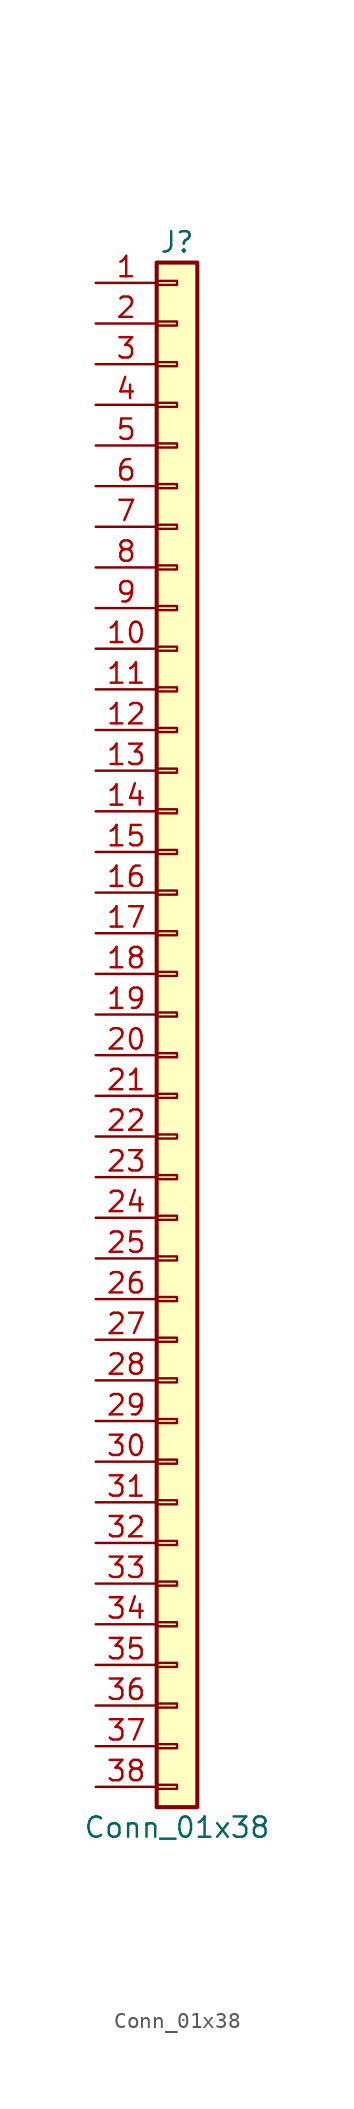
<source format=kicad_sym>
(kicad_symbol_lib
  (version 20220914)
  (generator kicad_symbol_editor)
  (symbol "Conn_01x38"
    (pin_names
      (offset 1.016) hide)
    (property "Reference" "J"
      (at 0 48.26 0)
      (effects (font (size 1.27 1.27))))
    (property "Value" "Conn_01x38"
      (at 0 -50.8 0)
      (effects (font (size 1.27 1.27))))
    (symbol "Conn_01x38_1_1"
      (rectangle (start -1.27 -48.133) (end 0 -48.387) (stroke (width 0.152) (type default)) (fill (type none)))
      (rectangle (start -1.27 -45.593) (end 0 -45.847) (stroke (width 0.152) (type default)) (fill (type none)))
      (rectangle (start -1.27 -43.053) (end 0 -43.307) (stroke (width 0.152) (type default)) (fill (type none)))
      (rectangle (start -1.27 -40.513) (end 0 -40.767) (stroke (width 0.152) (type default)) (fill (type none)))
      (rectangle (start -1.27 -37.973) (end 0 -38.227) (stroke (width 0.152) (type default)) (fill (type none)))
      (rectangle (start -1.27 -35.433) (end 0 -35.687) (stroke (width 0.152) (type default)) (fill (type none)))
      (rectangle (start -1.27 -32.893) (end 0 -33.147) (stroke (width 0.152) (type default)) (fill (type none)))
      (rectangle (start -1.27 -30.353) (end 0 -30.607) (stroke (width 0.152) (type default)) (fill (type none)))
      (rectangle (start -1.27 -27.813) (end 0 -28.067) (stroke (width 0.152) (type default)) (fill (type none)))
      (rectangle (start -1.27 -25.273) (end 0 -25.527) (stroke (width 0.152) (type default)) (fill (type none)))
      (rectangle (start -1.27 -22.733) (end 0 -22.987) (stroke (width 0.152) (type default)) (fill (type none)))
      (rectangle (start -1.27 -20.193) (end 0 -20.447) (stroke (width 0.152) (type default)) (fill (type none)))
      (rectangle (start -1.27 -17.653) (end 0 -17.907) (stroke (width 0.152) (type default)) (fill (type none)))
      (rectangle (start -1.27 -15.113) (end 0 -15.367) (stroke (width 0.152) (type default)) (fill (type none)))
      (rectangle (start -1.27 -12.573) (end 0 -12.827) (stroke (width 0.152) (type default)) (fill (type none)))
      (rectangle (start -1.27 -10.033) (end 0 -10.287) (stroke (width 0.152) (type default)) (fill (type none)))
      (rectangle (start -1.27 -7.493) (end 0 -7.747) (stroke (width 0.152) (type default)) (fill (type none)))
      (rectangle (start -1.27 -4.953) (end 0 -5.207) (stroke (width 0.152) (type default)) (fill (type none)))
      (rectangle (start -1.27 -2.413) (end 0 -2.667) (stroke (width 0.152) (type default)) (fill (type none)))
      (rectangle (start -1.27 0.127) (end 0 -0.127) (stroke (width 0.152) (type default)) (fill (type none)))
      (rectangle (start -1.27 2.667) (end 0 2.413) (stroke (width 0.152) (type default)) (fill (type none)))
      (rectangle (start -1.27 5.207) (end 0 4.953) (stroke (width 0.152) (type default)) (fill (type none)))
      (rectangle (start -1.27 7.747) (end 0 7.493) (stroke (width 0.152) (type default)) (fill (type none)))
      (rectangle (start -1.27 10.287) (end 0 10.033) (stroke (width 0.152) (type default)) (fill (type none)))
      (rectangle (start -1.27 12.827) (end 0 12.573) (stroke (width 0.152) (type default)) (fill (type none)))
      (rectangle (start -1.27 15.367) (end 0 15.113) (stroke (width 0.152) (type default)) (fill (type none)))
      (rectangle (start -1.27 17.907) (end 0 17.653) (stroke (width 0.152) (type default)) (fill (type none)))
      (rectangle (start -1.27 20.447) (end 0 20.193) (stroke (width 0.152) (type default)) (fill (type none)))
      (rectangle (start -1.27 22.987) (end 0 22.733) (stroke (width 0.152) (type default)) (fill (type none)))
      (rectangle (start -1.27 25.527) (end 0 25.273) (stroke (width 0.152) (type default)) (fill (type none)))
      (rectangle (start -1.27 28.067) (end 0 27.813) (stroke (width 0.152) (type default)) (fill (type none)))
      (rectangle (start -1.27 30.607) (end 0 30.353) (stroke (width 0.152) (type default)) (fill (type none)))
      (rectangle (start -1.27 33.147) (end 0 32.893) (stroke (width 0.152) (type default)) (fill (type none)))
      (rectangle (start -1.27 35.687) (end 0 35.433) (stroke (width 0.152) (type default)) (fill (type none)))
      (rectangle (start -1.27 38.227) (end 0 37.973) (stroke (width 0.152) (type default)) (fill (type none)))
      (rectangle (start -1.27 40.767) (end 0 40.513) (stroke (width 0.152) (type default)) (fill (type none)))
      (rectangle (start -1.27 43.307) (end 0 43.053) (stroke (width 0.152) (type default)) (fill (type none)))
      (rectangle (start -1.27 45.847) (end 0 45.593) (stroke (width 0.152) (type default)) (fill (type none)))
      (rectangle (start -1.27 46.99) (end 1.27 -49.53) (stroke (width 0.254) (type default)) (fill (type background)))
      (pin passive line (at -5.08 45.72 0) (length 3.81) (name "Pin_1" (effects (font (size 1.27 1.27)))) (number "1" (effects (font (size 1.27 1.27)))))
      (pin passive line (at -5.08 22.86 0) (length 3.81) (name "Pin_10" (effects (font (size 1.27 1.27)))) (number "10" (effects (font (size 1.27 1.27)))))
      (pin passive line (at -5.08 20.32 0) (length 3.81) (name "Pin_11" (effects (font (size 1.27 1.27)))) (number "11" (effects (font (size 1.27 1.27)))))
      (pin passive line (at -5.08 17.78 0) (length 3.81) (name "Pin_12" (effects (font (size 1.27 1.27)))) (number "12" (effects (font (size 1.27 1.27)))))
      (pin passive line (at -5.08 15.24 0) (length 3.81) (name "Pin_13" (effects (font (size 1.27 1.27)))) (number "13" (effects (font (size 1.27 1.27)))))
      (pin passive line (at -5.08 12.7 0) (length 3.81) (name "Pin_14" (effects (font (size 1.27 1.27)))) (number "14" (effects (font (size 1.27 1.27)))))
      (pin passive line (at -5.08 10.16 0) (length 3.81) (name "Pin_15" (effects (font (size 1.27 1.27)))) (number "15" (effects (font (size 1.27 1.27)))))
      (pin passive line (at -5.08 7.62 0) (length 3.81) (name "Pin_16" (effects (font (size 1.27 1.27)))) (number "16" (effects (font (size 1.27 1.27)))))
      (pin passive line (at -5.08 5.08 0) (length 3.81) (name "Pin_17" (effects (font (size 1.27 1.27)))) (number "17" (effects (font (size 1.27 1.27)))))
      (pin passive line (at -5.08 2.54 0) (length 3.81) (name "Pin_18" (effects (font (size 1.27 1.27)))) (number "18" (effects (font (size 1.27 1.27)))))
      (pin passive line (at -5.08 0 0) (length 3.81) (name "Pin_19" (effects (font (size 1.27 1.27)))) (number "19" (effects (font (size 1.27 1.27)))))
      (pin passive line (at -5.08 43.18 0) (length 3.81) (name "Pin_2" (effects (font (size 1.27 1.27)))) (number "2" (effects (font (size 1.27 1.27)))))
      (pin passive line (at -5.08 -2.54 0) (length 3.81) (name "Pin_20" (effects (font (size 1.27 1.27)))) (number "20" (effects (font (size 1.27 1.27)))))
      (pin passive line (at -5.08 -5.08 0) (length 3.81) (name "Pin_21" (effects (font (size 1.27 1.27)))) (number "21" (effects (font (size 1.27 1.27)))))
      (pin passive line (at -5.08 -7.62 0) (length 3.81) (name "Pin_22" (effects (font (size 1.27 1.27)))) (number "22" (effects (font (size 1.27 1.27)))))
      (pin passive line (at -5.08 -10.16 0) (length 3.81) (name "Pin_23" (effects (font (size 1.27 1.27)))) (number "23" (effects (font (size 1.27 1.27)))))
      (pin passive line (at -5.08 -12.7 0) (length 3.81) (name "Pin_24" (effects (font (size 1.27 1.27)))) (number "24" (effects (font (size 1.27 1.27)))))
      (pin passive line (at -5.08 -15.24 0) (length 3.81) (name "Pin_25" (effects (font (size 1.27 1.27)))) (number "25" (effects (font (size 1.27 1.27)))))
      (pin passive line (at -5.08 -17.78 0) (length 3.81) (name "Pin_26" (effects (font (size 1.27 1.27)))) (number "26" (effects (font (size 1.27 1.27)))))
      (pin passive line (at -5.08 -20.32 0) (length 3.81) (name "Pin_27" (effects (font (size 1.27 1.27)))) (number "27" (effects (font (size 1.27 1.27)))))
      (pin passive line (at -5.08 -22.86 0) (length 3.81) (name "Pin_28" (effects (font (size 1.27 1.27)))) (number "28" (effects (font (size 1.27 1.27)))))
      (pin passive line (at -5.08 -25.4 0) (length 3.81) (name "Pin_29" (effects (font (size 1.27 1.27)))) (number "29" (effects (font (size 1.27 1.27)))))
      (pin passive line (at -5.08 40.64 0) (length 3.81) (name "Pin_3" (effects (font (size 1.27 1.27)))) (number "3" (effects (font (size 1.27 1.27)))))
      (pin passive line (at -5.08 -27.94 0) (length 3.81) (name "Pin_30" (effects (font (size 1.27 1.27)))) (number "30" (effects (font (size 1.27 1.27)))))
      (pin passive line (at -5.08 -30.48 0) (length 3.81) (name "Pin_31" (effects (font (size 1.27 1.27)))) (number "31" (effects (font (size 1.27 1.27)))))
      (pin passive line (at -5.08 -33.02 0) (length 3.81) (name "Pin_32" (effects (font (size 1.27 1.27)))) (number "32" (effects (font (size 1.27 1.27)))))
      (pin passive line (at -5.08 -35.56 0) (length 3.81) (name "Pin_33" (effects (font (size 1.27 1.27)))) (number "33" (effects (font (size 1.27 1.27)))))
      (pin passive line (at -5.08 -38.1 0) (length 3.81) (name "Pin_34" (effects (font (size 1.27 1.27)))) (number "34" (effects (font (size 1.27 1.27)))))
      (pin passive line (at -5.08 -40.64 0) (length 3.81) (name "Pin_35" (effects (font (size 1.27 1.27)))) (number "35" (effects (font (size 1.27 1.27)))))
      (pin passive line (at -5.08 -43.18 0) (length 3.81) (name "Pin_36" (effects (font (size 1.27 1.27)))) (number "36" (effects (font (size 1.27 1.27)))))
      (pin passive line (at -5.08 -45.72 0) (length 3.81) (name "Pin_37" (effects (font (size 1.27 1.27)))) (number "37" (effects (font (size 1.27 1.27)))))
      (pin passive line (at -5.08 -48.26 0) (length 3.81) (name "Pin_38" (effects (font (size 1.27 1.27)))) (number "38" (effects (font (size 1.27 1.27)))))
      (pin passive line (at -5.08 38.1 0) (length 3.81) (name "Pin_4" (effects (font (size 1.27 1.27)))) (number "4" (effects (font (size 1.27 1.27)))))
      (pin passive line (at -5.08 35.56 0) (length 3.81) (name "Pin_5" (effects (font (size 1.27 1.27)))) (number "5" (effects (font (size 1.27 1.27)))))
      (pin passive line (at -5.08 33.02 0) (length 3.81) (name "Pin_6" (effects (font (size 1.27 1.27)))) (number "6" (effects (font (size 1.27 1.27)))))
      (pin passive line (at -5.08 30.48 0) (length 3.81) (name "Pin_7" (effects (font (size 1.27 1.27)))) (number "7" (effects (font (size 1.27 1.27)))))
      (pin passive line (at -5.08 27.94 0) (length 3.81) (name "Pin_8" (effects (font (size 1.27 1.27)))) (number "8" (effects (font (size 1.27 1.27)))))
      (pin passive line (at -5.08 25.4 0) (length 3.81) (name "Pin_9" (effects (font (size 1.27 1.27)))) (number "9" (effects (font (size 1.27 1.27))))))))
</source>
